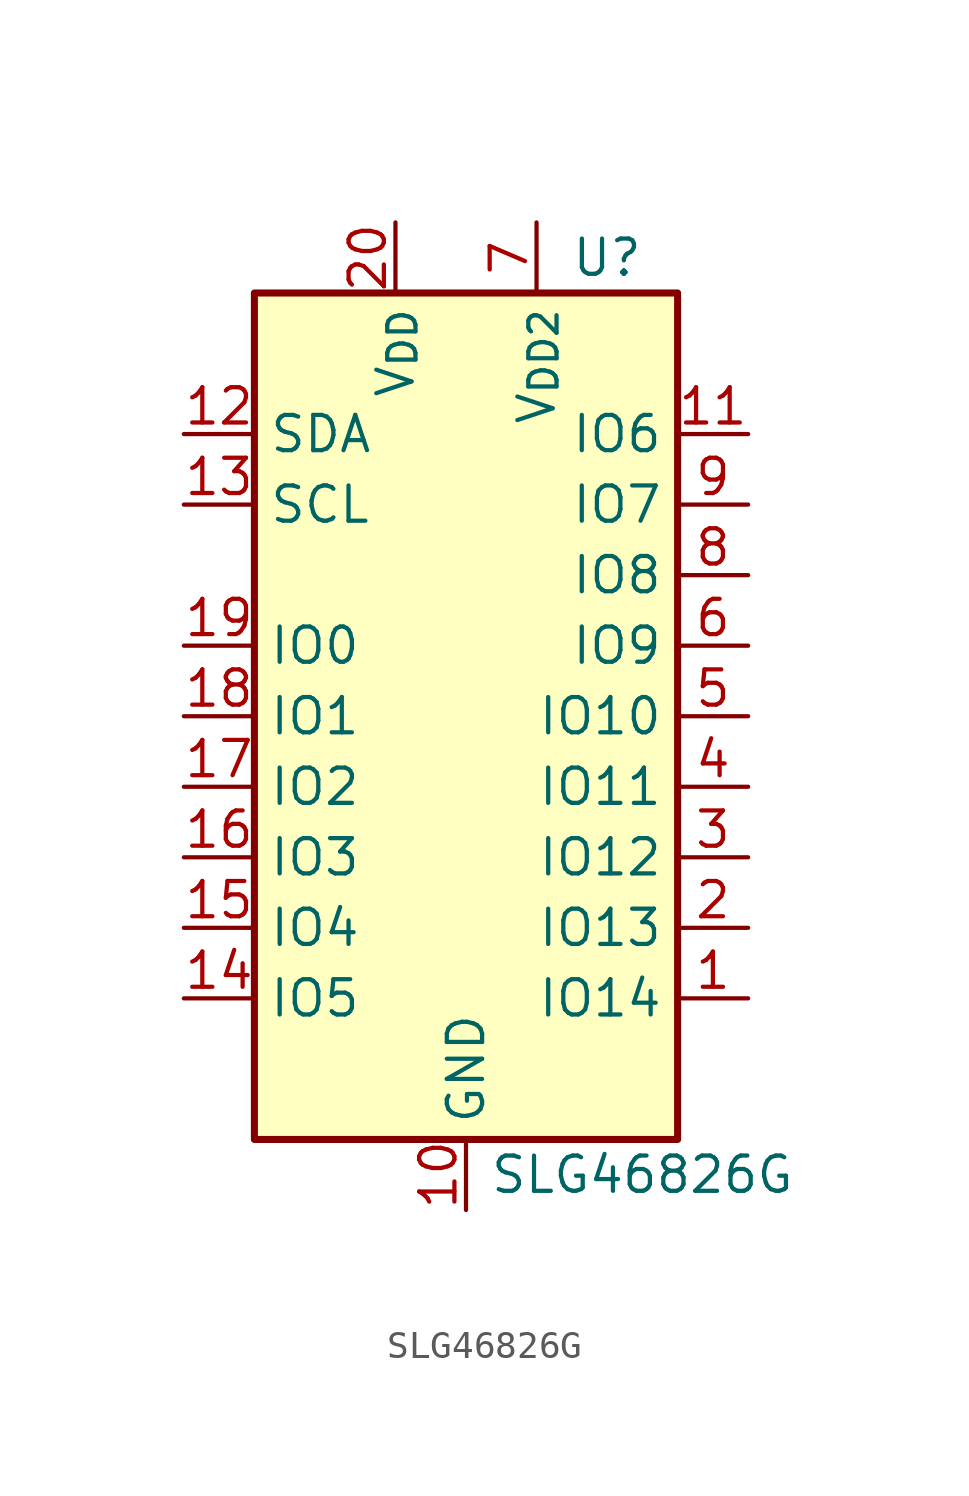
<source format=kicad_sym>
(kicad_symbol_lib
  (version 20231120)
  (generator "kicad_symbol_editor")
  (generator_version "8.0")
  (symbol "SLG46826G"
    (property "Reference" "U"
      (at 5.08 16.51 0)
      (effects (font (size 1.27 1.27))))
    (property "Value" "SLG46826G"
      (at 6.35 -16.51 0)
      (effects (font (size 1.27 1.27))))
    (symbol "SLG46826G_1_1"
      (rectangle (start -7.62 15.24) (end 7.62 -15.24) (stroke (width 0.254) (type default)) (fill (type background)))
      (pin bidirectional line (at 10.16 -10.16 180) (length 2.54) (name "IO14" (effects (font (size 1.27 1.27)))) (number "1" (effects (font (size 1.27 1.27)))) (alternate "ACMP0H_IN" input line))
      (pin power_in line (at 0 -17.78 90) (length 2.54) (name "GND" (effects (font (size 1.27 1.27)))) (number "10" (effects (font (size 1.27 1.27)))))
      (pin output line (at 10.16 10.16 180) (length 2.54) (name "IO6" (effects (font (size 1.27 1.27)))) (number "11" (effects (font (size 1.27 1.27)))))
      (pin bidirectional line (at -10.16 10.16 0) (length 2.54) (name "SDA" (effects (font (size 1.27 1.27)))) (number "12" (effects (font (size 1.27 1.27)))))
      (pin bidirectional line (at -10.16 7.62 0) (length 2.54) (name "SCL" (effects (font (size 1.27 1.27)))) (number "13" (effects (font (size 1.27 1.27)))))
      (pin bidirectional line (at -10.16 -10.16 0) (length 2.54) (name "IO5" (effects (font (size 1.27 1.27)))) (number "14" (effects (font (size 1.27 1.27)))) (alternate "SLA_3" passive line))
      (pin bidirectional line (at -10.16 -7.62 0) (length 2.54) (name "IO4" (effects (font (size 1.27 1.27)))) (number "15" (effects (font (size 1.27 1.27)))) (alternate "SLA_2" passive line))
      (pin bidirectional line (at -10.16 -5.08 0) (length 2.54) (name "IO3" (effects (font (size 1.27 1.27)))) (number "16" (effects (font (size 1.27 1.27)))) (alternate "SLA_1" passive line))
      (pin bidirectional line (at -10.16 -2.54 0) (length 2.54) (name "IO2" (effects (font (size 1.27 1.27)))) (number "17" (effects (font (size 1.27 1.27)))) (alternate "SLA_0" passive line))
      (pin bidirectional line (at -10.16 0 0) (length 2.54) (name "IO1" (effects (font (size 1.27 1.27)))) (number "18" (effects (font (size 1.27 1.27)))) (alternate "Vref_IN" input line))
      (pin bidirectional line (at -10.16 2.54 0) (length 2.54) (name "IO0" (effects (font (size 1.27 1.27)))) (number "19" (effects (font (size 1.27 1.27)))))
      (pin bidirectional line (at 10.16 -7.62 180) (length 2.54) (name "IO13" (effects (font (size 1.27 1.27)))) (number "2" (effects (font (size 1.27 1.27)))) (alternate "ACMP1H_IN" input line))
      (pin power_in line (at -2.54 17.78 270) (length 2.54) (name "V_{DD}" (effects (font (size 1.27 1.27)))) (number "20" (effects (font (size 1.27 1.27)))))
      (pin bidirectional line (at 10.16 -5.08 180) (length 2.54) (name "IO12" (effects (font (size 1.27 1.27)))) (number "3" (effects (font (size 1.27 1.27)))) (alternate "ACMP2L_IN" input line))
      (pin bidirectional line (at 10.16 -2.54 180) (length 2.54) (name "IO11" (effects (font (size 1.27 1.27)))) (number "4" (effects (font (size 1.27 1.27)))) (alternate "ACMP3L_IN" input line))
      (pin bidirectional line (at 10.16 0 180) (length 2.54) (name "IO10" (effects (font (size 1.27 1.27)))) (number "5" (effects (font (size 1.27 1.27)))) (alternate "Vref_OUT0" output line))
      (pin bidirectional line (at 10.16 2.54 180) (length 2.54) (name "IO9" (effects (font (size 1.27 1.27)))) (number "6" (effects (font (size 1.27 1.27)))) (alternate "Vref_OUT1" output line))
      (pin power_in line (at 2.54 17.78 270) (length 2.54) (name "V_{DD2}" (effects (font (size 1.27 1.27)))) (number "7" (effects (font (size 1.27 1.27)))))
      (pin bidirectional line (at 10.16 5.08 180) (length 2.54) (name "IO8" (effects (font (size 1.27 1.27)))) (number "8" (effects (font (size 1.27 1.27)))))
      (pin output line (at 10.16 7.62 180) (length 2.54) (name "IO7" (effects (font (size 1.27 1.27)))) (number "9" (effects (font (size 1.27 1.27))))))))
</source>
